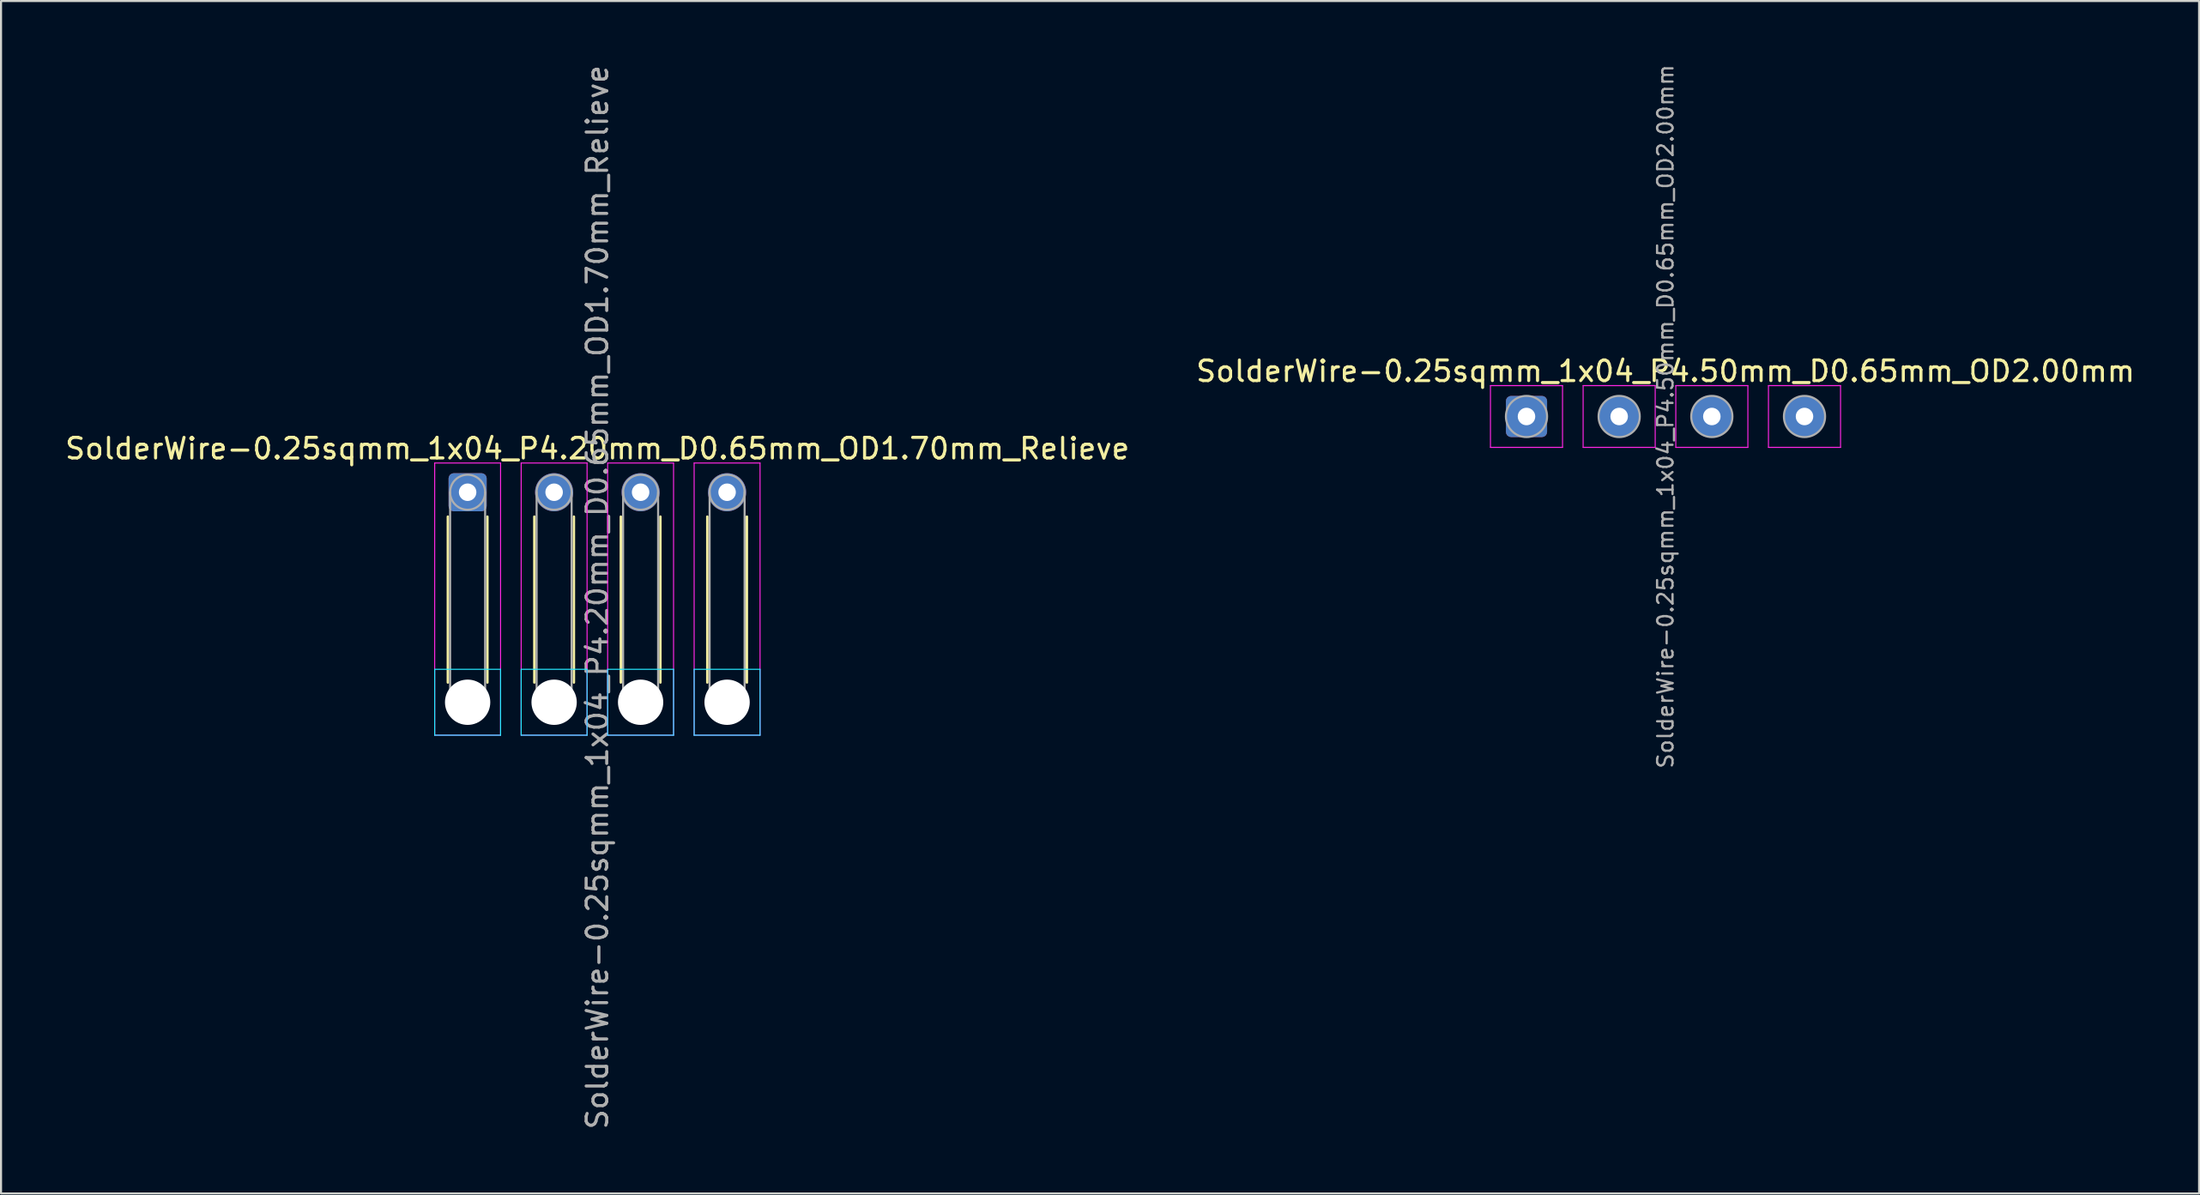
<source format=kicad_pcb>
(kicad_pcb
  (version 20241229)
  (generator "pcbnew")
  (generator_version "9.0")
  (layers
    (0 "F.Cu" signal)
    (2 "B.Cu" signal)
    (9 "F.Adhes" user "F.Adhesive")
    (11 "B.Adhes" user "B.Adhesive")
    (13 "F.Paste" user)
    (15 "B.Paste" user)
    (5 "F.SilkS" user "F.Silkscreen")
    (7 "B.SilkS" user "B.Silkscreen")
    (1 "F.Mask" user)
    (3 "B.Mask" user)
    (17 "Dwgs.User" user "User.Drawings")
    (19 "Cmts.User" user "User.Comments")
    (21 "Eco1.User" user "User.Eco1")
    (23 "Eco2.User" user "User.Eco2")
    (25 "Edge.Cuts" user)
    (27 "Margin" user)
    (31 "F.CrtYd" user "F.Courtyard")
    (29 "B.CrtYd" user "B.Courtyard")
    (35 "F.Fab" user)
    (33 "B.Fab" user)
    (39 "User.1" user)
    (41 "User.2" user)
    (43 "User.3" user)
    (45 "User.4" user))
  (footprint "SolderWire-0.25sqmm_1x04_P4.20mm_D0.65mm_OD1.70mm_Relieve"
    (layer "F.Cu")
    (at 19.658 20.858)
    (property "Reference" "SolderWire-0.25sqmm_1x04_P4.20mm_D0.65mm_OD1.70mm_Relieve" (at 6.3 -2.12 0) (layer "F.SilkS") (effects (font (size 1 1) (thickness 0.15))))
    (attr exclude_from_pos_files exclude_from_bom)
    (fp_line (start -0.96 1.185) (end -0.96 9.24) (stroke (width 0.12) (type solid)) (layer "F.SilkS"))
    (fp_line (start 0.96 1.185) (end 0.96 9.24) (stroke (width 0.12) (type solid)) (layer "F.SilkS"))
    (fp_line (start 3.24 1.185) (end 3.24 9.24) (stroke (width 0.12) (type solid)) (layer "F.SilkS"))
    (fp_line (start 5.16 1.185) (end 5.16 9.24) (stroke (width 0.12) (type solid)) (layer "F.SilkS"))
    (fp_line (start 7.44 1.185) (end 7.44 9.24) (stroke (width 0.12) (type solid)) (layer "F.SilkS"))
    (fp_line (start 9.36 1.185) (end 9.36 9.24) (stroke (width 0.12) (type solid)) (layer "F.SilkS"))
    (fp_line (start 11.64 1.185) (end 11.64 9.24) (stroke (width 0.12) (type solid)) (layer "F.SilkS"))
    (fp_line (start 13.56 1.185) (end 13.56 9.24) (stroke (width 0.12) (type solid)) (layer "F.SilkS"))
    (fp_line (start -1.6 8.6) (end -1.6 11.8) (stroke (width 0.05) (type solid)) (layer "B.CrtYd"))
    (fp_line (start -1.6 11.8) (end 1.6 11.8) (stroke (width 0.05) (type solid)) (layer "B.CrtYd"))
    (fp_line (start 1.6 8.6) (end -1.6 8.6) (stroke (width 0.05) (type solid)) (layer "B.CrtYd"))
    (fp_line (start 1.6 11.8) (end 1.6 8.6) (stroke (width 0.05) (type solid)) (layer "B.CrtYd"))
    (fp_line (start 2.6 8.6) (end 2.6 11.8) (stroke (width 0.05) (type solid)) (layer "B.CrtYd"))
    (fp_line (start 2.6 11.8) (end 5.8 11.8) (stroke (width 0.05) (type solid)) (layer "B.CrtYd"))
    (fp_line (start 5.8 8.6) (end 2.6 8.6) (stroke (width 0.05) (type solid)) (layer "B.CrtYd"))
    (fp_line (start 5.8 11.8) (end 5.8 8.6) (stroke (width 0.05) (type solid)) (layer "B.CrtYd"))
    (fp_line (start 6.8 8.6) (end 6.8 11.8) (stroke (width 0.05) (type solid)) (layer "B.CrtYd"))
    (fp_line (start 6.8 11.8) (end 10 11.8) (stroke (width 0.05) (type solid)) (layer "B.CrtYd"))
    (fp_line (start 10 8.6) (end 6.8 8.6) (stroke (width 0.05) (type solid)) (layer "B.CrtYd"))
    (fp_line (start 10 11.8) (end 10 8.6) (stroke (width 0.05) (type solid)) (layer "B.CrtYd"))
    (fp_line (start 11 8.6) (end 11 11.8) (stroke (width 0.05) (type solid)) (layer "B.CrtYd"))
    (fp_line (start 11 11.8) (end 14.2 11.8) (stroke (width 0.05) (type solid)) (layer "B.CrtYd"))
    (fp_line (start 14.2 8.6) (end 11 8.6) (stroke (width 0.05) (type solid)) (layer "B.CrtYd"))
    (fp_line (start 14.2 11.8) (end 14.2 8.6) (stroke (width 0.05) (type solid)) (layer "B.CrtYd"))
    (fp_line (start -1.6 -1.42) (end -1.6 11.8) (stroke (width 0.05) (type solid)) (layer "F.CrtYd"))
    (fp_line (start -1.6 11.8) (end 1.6 11.8) (stroke (width 0.05) (type solid)) (layer "F.CrtYd"))
    (fp_line (start 1.6 -1.42) (end -1.6 -1.42) (stroke (width 0.05) (type solid)) (layer "F.CrtYd"))
    (fp_line (start 1.6 11.8) (end 1.6 -1.42) (stroke (width 0.05) (type solid)) (layer "F.CrtYd"))
    (fp_line (start 2.6 -1.42) (end 2.6 11.8) (stroke (width 0.05) (type solid)) (layer "F.CrtYd"))
    (fp_line (start 2.6 11.8) (end 5.8 11.8) (stroke (width 0.05) (type solid)) (layer "F.CrtYd"))
    (fp_line (start 5.8 -1.42) (end 2.6 -1.42) (stroke (width 0.05) (type solid)) (layer "F.CrtYd"))
    (fp_line (start 5.8 11.8) (end 5.8 -1.42) (stroke (width 0.05) (type solid)) (layer "F.CrtYd"))
    (fp_line (start 6.8 -1.42) (end 6.8 11.8) (stroke (width 0.05) (type solid)) (layer "F.CrtYd"))
    (fp_line (start 6.8 11.8) (end 10 11.8) (stroke (width 0.05) (type solid)) (layer "F.CrtYd"))
    (fp_line (start 10 -1.42) (end 6.8 -1.42) (stroke (width 0.05) (type solid)) (layer "F.CrtYd"))
    (fp_line (start 10 11.8) (end 10 -1.42) (stroke (width 0.05) (type solid)) (layer "F.CrtYd"))
    (fp_line (start 11 -1.42) (end 11 11.8) (stroke (width 0.05) (type solid)) (layer "F.CrtYd"))
    (fp_line (start 11 11.8) (end 14.2 11.8) (stroke (width 0.05) (type solid)) (layer "F.CrtYd"))
    (fp_line (start 14.2 -1.42) (end 11 -1.42) (stroke (width 0.05) (type solid)) (layer "F.CrtYd"))
    (fp_line (start 14.2 11.8) (end 14.2 -1.42) (stroke (width 0.05) (type solid)) (layer "F.CrtYd"))
    (fp_line (start -0.85 0) (end -0.85 10.2) (stroke (width 0.1) (type solid)) (layer "F.Fab"))
    (fp_line (start 0.85 0) (end 0.85 10.2) (stroke (width 0.1) (type solid)) (layer "F.Fab"))
    (fp_line (start 3.35 0) (end 3.35 10.2) (stroke (width 0.1) (type solid)) (layer "F.Fab"))
    (fp_line (start 5.05 0) (end 5.05 10.2) (stroke (width 0.1) (type solid)) (layer "F.Fab"))
    (fp_line (start 7.55 0) (end 7.55 10.2) (stroke (width 0.1) (type solid)) (layer "F.Fab"))
    (fp_line (start 9.25 0) (end 9.25 10.2) (stroke (width 0.1) (type solid)) (layer "F.Fab"))
    (fp_line (start 11.75 0) (end 11.75 10.2) (stroke (width 0.1) (type solid)) (layer "F.Fab"))
    (fp_line (start 13.45 0) (end 13.45 10.2) (stroke (width 0.1) (type solid)) (layer "F.Fab"))
    (fp_circle (center 0 0) (end 0.85 0) (stroke (width 0.1) (type solid)) (fill no) (layer "F.Fab"))
    (fp_circle (center 0 10.2) (end 0.85 10.2) (stroke (width 0.1) (type solid)) (fill no) (layer "F.Fab"))
    (fp_circle (center 4.2 0) (end 5.05 0) (stroke (width 0.1) (type solid)) (fill no) (layer "F.Fab"))
    (fp_circle (center 4.2 10.2) (end 5.05 10.2) (stroke (width 0.1) (type solid)) (fill no) (layer "F.Fab"))
    (fp_circle (center 8.4 0) (end 9.25 0) (stroke (width 0.1) (type solid)) (fill no) (layer "F.Fab"))
    (fp_circle (center 8.4 10.2) (end 9.25 10.2) (stroke (width 0.1) (type solid)) (fill no) (layer "F.Fab"))
    (fp_circle (center 12.6 0) (end 13.45 0) (stroke (width 0.1) (type solid)) (fill no) (layer "F.Fab"))
    (fp_circle (center 12.6 10.2) (end 13.45 10.2) (stroke (width 0.1) (type solid)) (fill no) (layer "F.Fab"))
    (fp_text user "${REFERENCE}" (at 6.3 5.1 90) (layer "F.Fab") (effects (font (size 1 1) (thickness 0.15))))
    (pad "" np_thru_hole circle (at 0 10.2) (size 2.2 2.2) (drill 2.2) (layers "*.Cu" "*.Mask"))
    (pad "" np_thru_hole circle (at 4.2 10.2) (size 2.2 2.2) (drill 2.2) (layers "*.Cu" "*.Mask"))
    (pad "" np_thru_hole circle (at 8.4 10.2) (size 2.2 2.2) (drill 2.2) (layers "*.Cu" "*.Mask"))
    (pad "" np_thru_hole circle (at 12.6 10.2) (size 2.2 2.2) (drill 2.2) (layers "*.Cu" "*.Mask"))
    (pad "1" thru_hole roundrect (at 0 0) (size 1.85 1.85) (drill 0.85) (layers "*.Cu" "*.Mask") (roundrect_rratio 0.135))
    (pad "2" thru_hole circle (at 4.2 0) (size 1.85 1.85) (drill 0.85) (layers "*.Cu" "*.Mask"))
    (pad "3" thru_hole circle (at 8.4 0) (size 1.85 1.85) (drill 0.85) (layers "*.Cu" "*.Mask"))
    (pad "4" thru_hole circle (at 12.6 0) (size 1.85 1.85) (drill 0.85) (layers "*.Cu" "*.Mask")))
  (footprint "SolderWire-0.25sqmm_1x04_P4.50mm_D0.65mm_OD2.00mm"
    (layer "F.Cu")
    (at 71.077 17.179)
    (property "Reference" "SolderWire-0.25sqmm_1x04_P4.50mm_D0.65mm_OD2.00mm" (at 6.75 -2.2 0) (layer "F.SilkS") (effects (font (size 1 1) (thickness 0.15))))
    (attr exclude_from_pos_files exclude_from_bom)
    (fp_line (start -1.75 -1.5) (end -1.75 1.5) (stroke (width 0.05) (type solid)) (layer "F.CrtYd"))
    (fp_line (start -1.75 1.5) (end 1.75 1.5) (stroke (width 0.05) (type solid)) (layer "F.CrtYd"))
    (fp_line (start 1.75 -1.5) (end -1.75 -1.5) (stroke (width 0.05) (type solid)) (layer "F.CrtYd"))
    (fp_line (start 1.75 1.5) (end 1.75 -1.5) (stroke (width 0.05) (type solid)) (layer "F.CrtYd"))
    (fp_line (start 2.75 -1.5) (end 2.75 1.5) (stroke (width 0.05) (type solid)) (layer "F.CrtYd"))
    (fp_line (start 2.75 1.5) (end 6.25 1.5) (stroke (width 0.05) (type solid)) (layer "F.CrtYd"))
    (fp_line (start 6.25 -1.5) (end 2.75 -1.5) (stroke (width 0.05) (type solid)) (layer "F.CrtYd"))
    (fp_line (start 6.25 1.5) (end 6.25 -1.5) (stroke (width 0.05) (type solid)) (layer "F.CrtYd"))
    (fp_line (start 7.25 -1.5) (end 7.25 1.5) (stroke (width 0.05) (type solid)) (layer "F.CrtYd"))
    (fp_line (start 7.25 1.5) (end 10.75 1.5) (stroke (width 0.05) (type solid)) (layer "F.CrtYd"))
    (fp_line (start 10.75 -1.5) (end 7.25 -1.5) (stroke (width 0.05) (type solid)) (layer "F.CrtYd"))
    (fp_line (start 10.75 1.5) (end 10.75 -1.5) (stroke (width 0.05) (type solid)) (layer "F.CrtYd"))
    (fp_line (start 11.75 -1.5) (end 11.75 1.5) (stroke (width 0.05) (type solid)) (layer "F.CrtYd"))
    (fp_line (start 11.75 1.5) (end 15.25 1.5) (stroke (width 0.05) (type solid)) (layer "F.CrtYd"))
    (fp_line (start 15.25 -1.5) (end 11.75 -1.5) (stroke (width 0.05) (type solid)) (layer "F.CrtYd"))
    (fp_line (start 15.25 1.5) (end 15.25 -1.5) (stroke (width 0.05) (type solid)) (layer "F.CrtYd"))
    (fp_circle (center 0 0) (end 1 0) (stroke (width 0.1) (type solid)) (fill no) (layer "F.Fab"))
    (fp_circle (center 4.5 0) (end 5.5 0) (stroke (width 0.1) (type solid)) (fill no) (layer "F.Fab"))
    (fp_circle (center 9 0) (end 10 0) (stroke (width 0.1) (type solid)) (fill no) (layer "F.Fab"))
    (fp_circle (center 13.5 0) (end 14.5 0) (stroke (width 0.1) (type solid)) (fill no) (layer "F.Fab"))
    (fp_text user "${REFERENCE}" (at 6.75 0 90) (layer "F.Fab") (effects (font (size 0.75 0.75) (thickness 0.11))))
    (pad "1" thru_hole roundrect (at 0 0) (size 2 2) (drill 0.85) (layers "*.Cu" "*.Mask") (roundrect_rratio 0.125))
    (pad "2" thru_hole circle (at 4.5 0) (size 2 2) (drill 0.85) (layers "*.Cu" "*.Mask"))
    (pad "3" thru_hole circle (at 9 0) (size 2 2) (drill 0.85) (layers "*.Cu" "*.Mask"))
    (pad "4" thru_hole circle (at 13.5 0) (size 2 2) (drill 0.85) (layers "*.Cu" "*.Mask")))
  (gr_rect
    (start -3 -3)
    (end 103.738 54.917)
    (stroke (width 0.1) (type default))
    (fill no)
    (layer "Edge.Cuts")))
</source>
